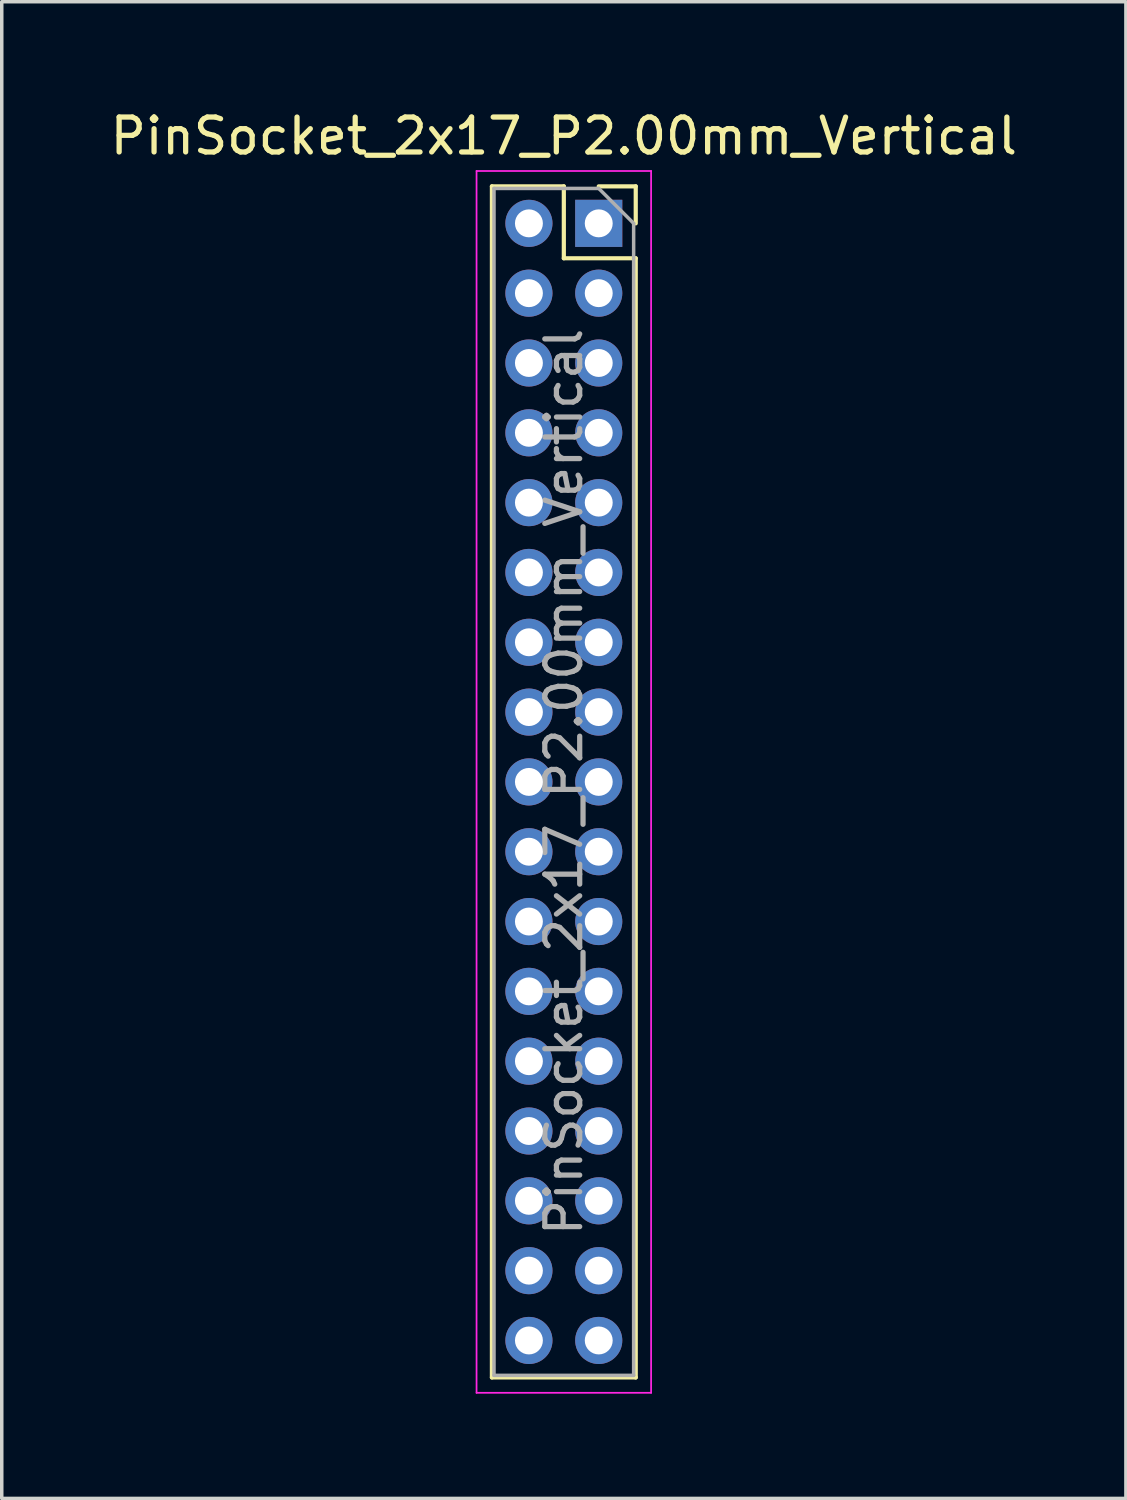
<source format=kicad_pcb>
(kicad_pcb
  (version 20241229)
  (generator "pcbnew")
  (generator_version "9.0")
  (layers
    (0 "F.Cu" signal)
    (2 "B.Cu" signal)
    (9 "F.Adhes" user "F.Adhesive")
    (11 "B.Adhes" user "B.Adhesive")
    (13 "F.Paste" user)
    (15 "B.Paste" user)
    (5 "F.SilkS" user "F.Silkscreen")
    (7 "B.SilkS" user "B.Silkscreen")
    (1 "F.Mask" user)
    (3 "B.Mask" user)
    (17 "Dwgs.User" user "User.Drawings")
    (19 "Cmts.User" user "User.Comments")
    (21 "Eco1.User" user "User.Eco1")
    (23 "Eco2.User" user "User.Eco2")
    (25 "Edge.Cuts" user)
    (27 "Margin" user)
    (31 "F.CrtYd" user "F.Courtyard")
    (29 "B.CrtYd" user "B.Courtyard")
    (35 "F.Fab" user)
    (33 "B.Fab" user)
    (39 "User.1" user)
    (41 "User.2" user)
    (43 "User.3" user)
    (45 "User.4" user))
  (footprint "PinSocket_2x17_P2.00mm_Vertical"
    (layer "F.Cu")
    (at 14.101 3.348)
    (property "Reference" "PinSocket_2x17_P2.00mm_Vertical" (at -1 -2.5 0) (layer "F.SilkS") (effects (font (size 1 1) (thickness 0.15))))
    (attr through_hole)
    (fp_line (start -3.06 -1.06) (end -3.06 33.06) (stroke (width 0.12) (type solid)) (layer "F.SilkS"))
    (fp_line (start -3.06 -1.06) (end -1 -1.06) (stroke (width 0.12) (type solid)) (layer "F.SilkS"))
    (fp_line (start -3.06 33.06) (end 1.06 33.06) (stroke (width 0.12) (type solid)) (layer "F.SilkS"))
    (fp_line (start -1 -1.06) (end -1 1) (stroke (width 0.12) (type solid)) (layer "F.SilkS"))
    (fp_line (start -1 1) (end 1.06 1) (stroke (width 0.12) (type solid)) (layer "F.SilkS"))
    (fp_line (start 0 -1.06) (end 1.06 -1.06) (stroke (width 0.12) (type solid)) (layer "F.SilkS"))
    (fp_line (start 1.06 -1.06) (end 1.06 0) (stroke (width 0.12) (type solid)) (layer "F.SilkS"))
    (fp_line (start 1.06 1) (end 1.06 33.06) (stroke (width 0.12) (type solid)) (layer "F.SilkS"))
    (fp_line (start -3.5 -1.5) (end 1.5 -1.5) (stroke (width 0.05) (type solid)) (layer "F.CrtYd"))
    (fp_line (start -3.5 33.5) (end -3.5 -1.5) (stroke (width 0.05) (type solid)) (layer "F.CrtYd"))
    (fp_line (start 1.5 -1.5) (end 1.5 33.5) (stroke (width 0.05) (type solid)) (layer "F.CrtYd"))
    (fp_line (start 1.5 33.5) (end -3.5 33.5) (stroke (width 0.05) (type solid)) (layer "F.CrtYd"))
    (fp_line (start -3 -1) (end 0 -1) (stroke (width 0.1) (type solid)) (layer "F.Fab"))
    (fp_line (start -3 33) (end -3 -1) (stroke (width 0.1) (type solid)) (layer "F.Fab"))
    (fp_line (start 0 -1) (end 1 0) (stroke (width 0.1) (type solid)) (layer "F.Fab"))
    (fp_line (start 1 0) (end 1 33) (stroke (width 0.1) (type solid)) (layer "F.Fab"))
    (fp_line (start 1 33) (end -3 33) (stroke (width 0.1) (type solid)) (layer "F.Fab"))
    (fp_text user "${REFERENCE}" (at -1 16 90) (layer "F.Fab") (effects (font (size 1 1) (thickness 0.15))))
    (pad "1" thru_hole rect (at 0 0) (size 1.35 1.35) (drill 0.8) (layers "*.Cu" "*.Mask"))
    (pad "2" thru_hole oval (at -2 0) (size 1.35 1.35) (drill 0.8) (layers "*.Cu" "*.Mask"))
    (pad "3" thru_hole oval (at 0 2) (size 1.35 1.35) (drill 0.8) (layers "*.Cu" "*.Mask"))
    (pad "4" thru_hole oval (at -2 2) (size 1.35 1.35) (drill 0.8) (layers "*.Cu" "*.Mask"))
    (pad "5" thru_hole oval (at 0 4) (size 1.35 1.35) (drill 0.8) (layers "*.Cu" "*.Mask"))
    (pad "6" thru_hole oval (at -2 4) (size 1.35 1.35) (drill 0.8) (layers "*.Cu" "*.Mask"))
    (pad "7" thru_hole oval (at 0 6) (size 1.35 1.35) (drill 0.8) (layers "*.Cu" "*.Mask"))
    (pad "8" thru_hole oval (at -2 6) (size 1.35 1.35) (drill 0.8) (layers "*.Cu" "*.Mask"))
    (pad "9" thru_hole oval (at 0 8) (size 1.35 1.35) (drill 0.8) (layers "*.Cu" "*.Mask"))
    (pad "10" thru_hole oval (at -2 8) (size 1.35 1.35) (drill 0.8) (layers "*.Cu" "*.Mask"))
    (pad "11" thru_hole oval (at 0 10) (size 1.35 1.35) (drill 0.8) (layers "*.Cu" "*.Mask"))
    (pad "12" thru_hole oval (at -2 10) (size 1.35 1.35) (drill 0.8) (layers "*.Cu" "*.Mask"))
    (pad "13" thru_hole oval (at 0 12) (size 1.35 1.35) (drill 0.8) (layers "*.Cu" "*.Mask"))
    (pad "14" thru_hole oval (at -2 12) (size 1.35 1.35) (drill 0.8) (layers "*.Cu" "*.Mask"))
    (pad "15" thru_hole oval (at 0 14) (size 1.35 1.35) (drill 0.8) (layers "*.Cu" "*.Mask"))
    (pad "16" thru_hole oval (at -2 14) (size 1.35 1.35) (drill 0.8) (layers "*.Cu" "*.Mask"))
    (pad "17" thru_hole oval (at 0 16) (size 1.35 1.35) (drill 0.8) (layers "*.Cu" "*.Mask"))
    (pad "18" thru_hole oval (at -2 16) (size 1.35 1.35) (drill 0.8) (layers "*.Cu" "*.Mask"))
    (pad "19" thru_hole oval (at 0 18) (size 1.35 1.35) (drill 0.8) (layers "*.Cu" "*.Mask"))
    (pad "20" thru_hole oval (at -2 18) (size 1.35 1.35) (drill 0.8) (layers "*.Cu" "*.Mask"))
    (pad "21" thru_hole oval (at 0 20) (size 1.35 1.35) (drill 0.8) (layers "*.Cu" "*.Mask"))
    (pad "22" thru_hole oval (at -2 20) (size 1.35 1.35) (drill 0.8) (layers "*.Cu" "*.Mask"))
    (pad "23" thru_hole oval (at 0 22) (size 1.35 1.35) (drill 0.8) (layers "*.Cu" "*.Mask"))
    (pad "24" thru_hole oval (at -2 22) (size 1.35 1.35) (drill 0.8) (layers "*.Cu" "*.Mask"))
    (pad "25" thru_hole oval (at 0 24) (size 1.35 1.35) (drill 0.8) (layers "*.Cu" "*.Mask"))
    (pad "26" thru_hole oval (at -2 24) (size 1.35 1.35) (drill 0.8) (layers "*.Cu" "*.Mask"))
    (pad "27" thru_hole oval (at 0 26) (size 1.35 1.35) (drill 0.8) (layers "*.Cu" "*.Mask"))
    (pad "28" thru_hole oval (at -2 26) (size 1.35 1.35) (drill 0.8) (layers "*.Cu" "*.Mask"))
    (pad "29" thru_hole oval (at 0 28) (size 1.35 1.35) (drill 0.8) (layers "*.Cu" "*.Mask"))
    (pad "30" thru_hole oval (at -2 28) (size 1.35 1.35) (drill 0.8) (layers "*.Cu" "*.Mask"))
    (pad "31" thru_hole oval (at 0 30) (size 1.35 1.35) (drill 0.8) (layers "*.Cu" "*.Mask"))
    (pad "32" thru_hole oval (at -2 30) (size 1.35 1.35) (drill 0.8) (layers "*.Cu" "*.Mask"))
    (pad "33" thru_hole oval (at 0 32) (size 1.35 1.35) (drill 0.8) (layers "*.Cu" "*.Mask"))
    (pad "34" thru_hole oval (at -2 32) (size 1.35 1.35) (drill 0.8) (layers "*.Cu" "*.Mask")))
  (gr_rect
    (start -3 -3)
    (end 29.202 39.873)
    (stroke (width 0.1) (type default))
    (fill no)
    (layer "Edge.Cuts")))
</source>
